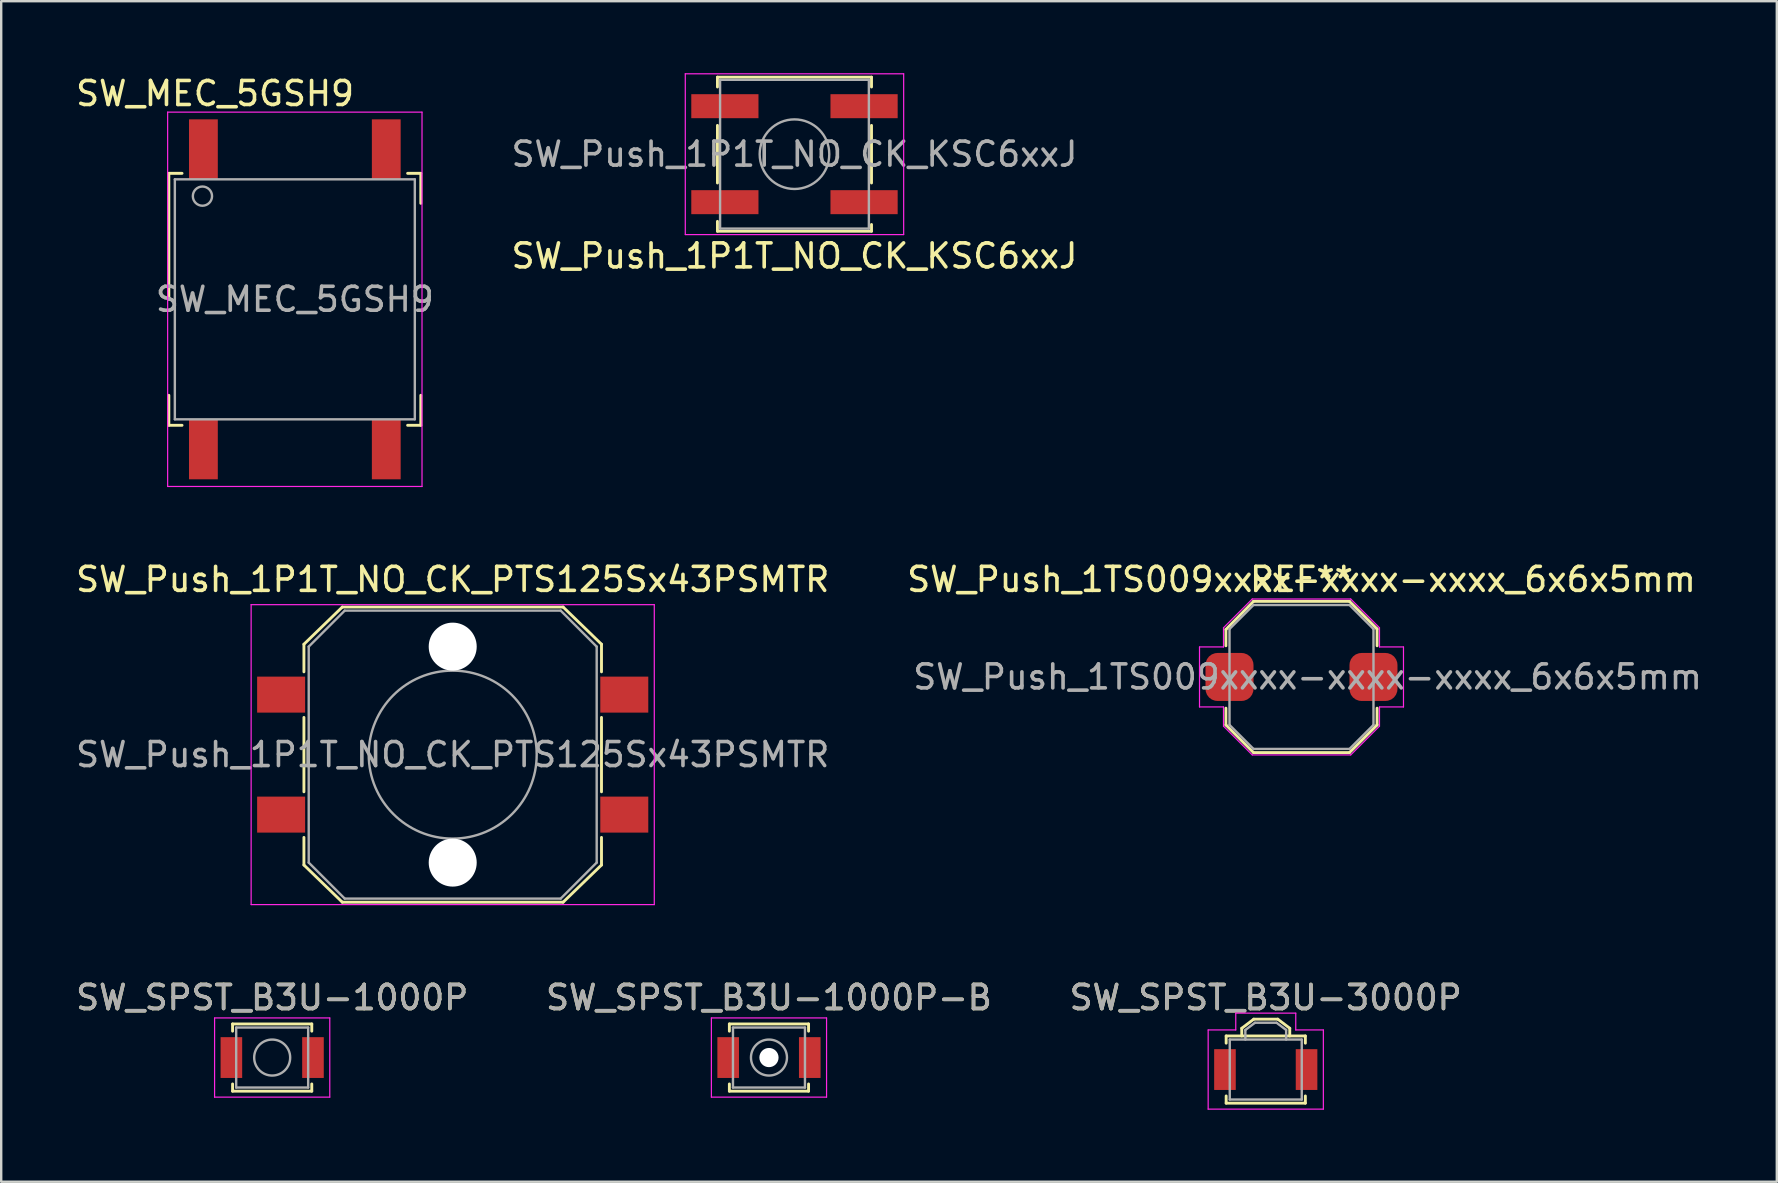
<source format=kicad_pcb>
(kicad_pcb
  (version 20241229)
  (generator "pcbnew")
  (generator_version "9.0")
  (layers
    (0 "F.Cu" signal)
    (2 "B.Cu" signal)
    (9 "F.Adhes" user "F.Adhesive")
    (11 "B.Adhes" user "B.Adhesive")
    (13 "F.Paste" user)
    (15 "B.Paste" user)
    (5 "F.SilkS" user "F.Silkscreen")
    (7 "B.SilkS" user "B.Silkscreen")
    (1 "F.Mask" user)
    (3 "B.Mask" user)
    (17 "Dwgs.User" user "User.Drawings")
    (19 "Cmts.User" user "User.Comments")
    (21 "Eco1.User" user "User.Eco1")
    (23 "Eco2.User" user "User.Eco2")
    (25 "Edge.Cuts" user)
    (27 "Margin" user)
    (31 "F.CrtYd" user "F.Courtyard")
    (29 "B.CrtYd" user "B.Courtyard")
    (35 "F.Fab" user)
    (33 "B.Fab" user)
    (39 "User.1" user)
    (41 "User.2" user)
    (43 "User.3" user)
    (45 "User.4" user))
  (footprint "SW_MEC_5GSH9"
    (layer "F.Cu")
    (at 9.236 9.423)
    (property "Reference" "SW_MEC_5GSH9" (at -3.325 -8.575 180) (layer "F.SilkS") (effects (font (size 1 1) (thickness 0.15))))
    (attr smd)
    (fp_line (start -5.25 -5.25) (end -5.25 0) (stroke (width 0.12) (type solid)) (layer "F.SilkS"))
    (fp_line (start -5.25 5.25) (end -5.25 4) (stroke (width 0.12) (type solid)) (layer "F.SilkS"))
    (fp_line (start -4.7 -5.25) (end -5.25 -5.25) (stroke (width 0.12) (type solid)) (layer "F.SilkS"))
    (fp_line (start -4.7 5.25) (end -5.25 5.25) (stroke (width 0.12) (type solid)) (layer "F.SilkS"))
    (fp_line (start 4.7 -5.25) (end 5.25 -5.25) (stroke (width 0.12) (type solid)) (layer "F.SilkS"))
    (fp_line (start 4.7 5.25) (end 5.25 5.25) (stroke (width 0.12) (type solid)) (layer "F.SilkS"))
    (fp_line (start 5.25 -5.25) (end 5.25 -4) (stroke (width 0.12) (type solid)) (layer "F.SilkS"))
    (fp_line (start 5.25 5.25) (end 5.25 4) (stroke (width 0.12) (type solid)) (layer "F.SilkS"))
    (fp_line (start -5.3 -7.8) (end 5.3 -7.8) (stroke (width 0.05) (type solid)) (layer "F.CrtYd"))
    (fp_line (start -5.3 7.8) (end -5.3 -7.8) (stroke (width 0.05) (type solid)) (layer "F.CrtYd"))
    (fp_line (start 5.3 -7.8) (end 5.3 7.8) (stroke (width 0.05) (type solid)) (layer "F.CrtYd"))
    (fp_line (start 5.3 7.8) (end -5.3 7.8) (stroke (width 0.05) (type solid)) (layer "F.CrtYd"))
    (fp_line (start -5 -5) (end 5 -5) (stroke (width 0.1) (type solid)) (layer "F.Fab"))
    (fp_line (start -5 5) (end -5 -5) (stroke (width 0.1) (type solid)) (layer "F.Fab"))
    (fp_line (start 5 -5) (end 5 5) (stroke (width 0.1) (type solid)) (layer "F.Fab"))
    (fp_line (start 5 5) (end -5 5) (stroke (width 0.1) (type solid)) (layer "F.Fab"))
    (fp_circle (center -3.85 -4.3) (end -3.85 -4.7) (stroke (width 0.1) (type solid)) (fill no) (layer "F.Fab"))
    (fp_text user "${REFERENCE}" (at 0 0 0) (layer "F.Fab") (effects (font (size 1 1) (thickness 0.15))))
    (pad "1" smd rect (at -3.81 -6.25 90) (size 2.5 1.2) (layers "F.Cu" "F.Mask" "F.Paste"))
    (pad "2" smd rect (at -3.81 6.25 90) (size 2.5 1.2) (layers "F.Cu" "F.Mask" "F.Paste"))
    (pad "3" smd rect (at 3.81 -6.25 90) (size 2.5 1.2) (layers "F.Cu" "F.Mask" "F.Paste"))
    (pad "4" smd rect (at 3.81 6.25 90) (size 2.5 1.2) (layers "F.Cu" "F.Mask" "F.Paste")))
  (footprint "SW_Push_1P1T_NO_CK_PTS125Sx43PSMTR"
    (layer "F.Cu")
    (at 15.815 28.396)
    (property "Reference" "SW_Push_1P1T_NO_CK_PTS125Sx43PSMTR" (at 0 -7.3 0) (layer "F.SilkS") (effects (font (size 1 1) (thickness 0.15))))
    (attr smd)
    (fp_line (start -6.2 -4.6) (end -4.6 -6.15) (stroke (width 0.12) (type solid)) (layer "F.SilkS"))
    (fp_line (start -6.2 -3.45) (end -6.2 -4.6) (stroke (width 0.12) (type solid)) (layer "F.SilkS"))
    (fp_line (start -6.2 -1.55) (end -6.2 1.55) (stroke (width 0.12) (type solid)) (layer "F.SilkS"))
    (fp_line (start -6.2 3.45) (end -6.2 4.6) (stroke (width 0.12) (type solid)) (layer "F.SilkS"))
    (fp_line (start -6.2 4.6) (end -4.6 6.15) (stroke (width 0.12) (type solid)) (layer "F.SilkS"))
    (fp_line (start -4.6 -6.15) (end 4.6 -6.15) (stroke (width 0.12) (type solid)) (layer "F.SilkS"))
    (fp_line (start -4.6 6.15) (end 4.6 6.15) (stroke (width 0.12) (type solid)) (layer "F.SilkS"))
    (fp_line (start 4.6 -6.15) (end 6.2 -4.6) (stroke (width 0.12) (type solid)) (layer "F.SilkS"))
    (fp_line (start 4.6 6.15) (end 6.2 4.6) (stroke (width 0.12) (type solid)) (layer "F.SilkS"))
    (fp_line (start 6.2 -3.45) (end 6.2 -4.6) (stroke (width 0.12) (type solid)) (layer "F.SilkS"))
    (fp_line (start 6.2 -1.55) (end 6.2 1.55) (stroke (width 0.12) (type solid)) (layer "F.SilkS"))
    (fp_line (start 6.2 3.45) (end 6.2 4.6) (stroke (width 0.12) (type solid)) (layer "F.SilkS"))
    (fp_line (start -8.4 -6.25) (end 8.4 -6.25) (stroke (width 0.05) (type solid)) (layer "F.CrtYd"))
    (fp_line (start -8.4 6.25) (end -8.4 -6.25) (stroke (width 0.05) (type solid)) (layer "F.CrtYd"))
    (fp_line (start 8.4 -6.25) (end 8.4 6.25) (stroke (width 0.05) (type solid)) (layer "F.CrtYd"))
    (fp_line (start 8.4 6.25) (end -8.4 6.25) (stroke (width 0.05) (type solid)) (layer "F.CrtYd"))
    (fp_line (start -6 -4.5) (end -6 4.5) (stroke (width 0.1) (type solid)) (layer "F.Fab"))
    (fp_line (start -6 -4.5) (end -4.5 -6) (stroke (width 0.1) (type solid)) (layer "F.Fab"))
    (fp_line (start -4.5 6) (end -6 4.5) (stroke (width 0.1) (type solid)) (layer "F.Fab"))
    (fp_line (start -4.5 6) (end 4.5 6) (stroke (width 0.1) (type solid)) (layer "F.Fab"))
    (fp_line (start 4.5 -6) (end -4.5 -6) (stroke (width 0.1) (type solid)) (layer "F.Fab"))
    (fp_line (start 4.5 -6) (end 6 -4.5) (stroke (width 0.1) (type solid)) (layer "F.Fab"))
    (fp_line (start 6 4.5) (end 4.5 6) (stroke (width 0.1) (type solid)) (layer "F.Fab"))
    (fp_line (start 6 4.5) (end 6 -4.5) (stroke (width 0.1) (type solid)) (layer "F.Fab"))
    (fp_circle (center 0 0) (end 3.5 0) (stroke (width 0.1) (type solid)) (fill no) (layer "F.Fab"))
    (fp_text user "${REFERENCE}" (at 0 0 0) (layer "F.Fab") (effects (font (size 1 1) (thickness 0.15))))
    (pad "" np_thru_hole circle (at 0 -4.5) (size 2 2) (drill 2) (layers "*.Cu" "*.Mask"))
    (pad "" np_thru_hole circle (at 0 4.5) (size 2 2) (drill 2) (layers "*.Cu" "*.Mask"))
    (pad "1" smd rect (at -7.15 -2.5) (size 2 1.5) (layers "F.Cu" "F.Mask" "F.Paste"))
    (pad "1" smd rect (at 7.15 -2.5) (size 2 1.5) (layers "F.Cu" "F.Mask" "F.Paste"))
    (pad "2" smd rect (at -7.15 2.5) (size 2 1.5) (layers "F.Cu" "F.Mask" "F.Paste"))
    (pad "2" smd rect (at 7.15 2.5) (size 2 1.5) (layers "F.Cu" "F.Mask" "F.Paste")))
  (footprint "SW_Push_1P1T_NO_CK_KSC6xxJ"
    (layer "F.Cu")
    (at 30.057 3.375)
    (property "Reference" "SW_Push_1P1T_NO_CK_KSC6xxJ" (at 0 4.24 0) (layer "F.SilkS") (effects (font (size 1 1) (thickness 0.15))))
    (attr smd)
    (fp_line (start -3.21 -3.21) (end -3.21 -2.8) (stroke (width 0.12) (type solid)) (layer "F.SilkS"))
    (fp_line (start -3.21 -1.2) (end -3.21 1.2) (stroke (width 0.12) (type solid)) (layer "F.SilkS"))
    (fp_line (start -3.21 2.8) (end -3.21 3.21) (stroke (width 0.12) (type solid)) (layer "F.SilkS"))
    (fp_line (start -3.21 3.21) (end 3.21 3.21) (stroke (width 0.12) (type solid)) (layer "F.SilkS"))
    (fp_line (start 3.21 -3.21) (end -3.21 -3.21) (stroke (width 0.12) (type solid)) (layer "F.SilkS"))
    (fp_line (start 3.21 -2.8) (end 3.21 -3.21) (stroke (width 0.12) (type solid)) (layer "F.SilkS"))
    (fp_line (start 3.21 1.2) (end 3.21 -1.2) (stroke (width 0.12) (type solid)) (layer "F.SilkS"))
    (fp_line (start 3.21 3.21) (end 3.21 2.93) (stroke (width 0.12) (type solid)) (layer "F.SilkS"))
    (fp_line (start -4.55 -3.35) (end 4.55 -3.35) (stroke (width 0.05) (type solid)) (layer "F.CrtYd"))
    (fp_line (start -4.55 3.35) (end -4.55 -3.35) (stroke (width 0.05) (type solid)) (layer "F.CrtYd"))
    (fp_line (start 4.55 -3.35) (end 4.55 3.35) (stroke (width 0.05) (type solid)) (layer "F.CrtYd"))
    (fp_line (start 4.55 3.35) (end -4.55 3.35) (stroke (width 0.05) (type solid)) (layer "F.CrtYd"))
    (fp_line (start -3.1 -3.1) (end 3.1 -3.1) (stroke (width 0.1) (type solid)) (layer "F.Fab"))
    (fp_line (start -3.1 3.1) (end -3.1 -3.1) (stroke (width 0.1) (type solid)) (layer "F.Fab"))
    (fp_line (start 3.1 -3.1) (end 3.1 3.1) (stroke (width 0.1) (type solid)) (layer "F.Fab"))
    (fp_line (start 3.1 3.1) (end -3.1 3.1) (stroke (width 0.1) (type solid)) (layer "F.Fab"))
    (fp_circle (center 0 0) (end 1.45 0) (stroke (width 0.1) (type solid)) (fill no) (layer "F.Fab"))
    (fp_text user "${REFERENCE}" (at 0 0 0) (layer "F.Fab") (effects (font (size 1 1) (thickness 0.15))))
    (pad "1" smd rect (at -2.9 -2) (size 2.8 1) (layers "F.Cu" "F.Mask" "F.Paste"))
    (pad "1" smd rect (at 2.9 -2) (size 2.8 1) (layers "F.Cu" "F.Mask" "F.Paste"))
    (pad "2" smd rect (at -2.9 2) (size 2.8 1) (layers "F.Cu" "F.Mask" "F.Paste"))
    (pad "2" smd rect (at 2.9 2) (size 2.8 1) (layers "F.Cu" "F.Mask" "F.Paste")))
  (footprint "SW_SPST_B3U-3000P"
    (layer "F.Cu")
    (at 49.696 41.52)
    (property "Reference" "SW_SPST_B3U-3000P" (at 0 -3 0) (layer "F.SilkS") (effects (font (size 1 1) (thickness 0.15))))
    (attr smd)
    (fp_line (start -1.65 -1.4) (end 1.65 -1.4) (stroke (width 0.12) (type solid)) (layer "F.SilkS"))
    (fp_line (start -1.65 -1.1) (end -1.65 -1.4) (stroke (width 0.12) (type solid)) (layer "F.SilkS"))
    (fp_line (start -1.65 1.1) (end -1.65 1.4) (stroke (width 0.12) (type solid)) (layer "F.SilkS"))
    (fp_line (start -1.65 1.4) (end 1.65 1.4) (stroke (width 0.12) (type solid)) (layer "F.SilkS"))
    (fp_line (start -1 -1.72) (end -1 -1.4) (stroke (width 0.12) (type solid)) (layer "F.SilkS"))
    (fp_line (start -0.5 -2.1) (end -1 -1.72) (stroke (width 0.12) (type solid)) (layer "F.SilkS"))
    (fp_line (start -0.5 -2.1) (end 0.5 -2.1) (stroke (width 0.12) (type solid)) (layer "F.SilkS"))
    (fp_line (start 0.5 -2.1) (end 1 -1.72) (stroke (width 0.12) (type solid)) (layer "F.SilkS"))
    (fp_line (start 1 -1.72) (end 1 -1.4) (stroke (width 0.12) (type solid)) (layer "F.SilkS"))
    (fp_line (start 1.65 -1.4) (end 1.65 -1.1) (stroke (width 0.12) (type solid)) (layer "F.SilkS"))
    (fp_line (start 1.65 1.4) (end 1.65 1.1) (stroke (width 0.12) (type solid)) (layer "F.SilkS"))
    (fp_line (start -2.4 -1.65) (end -2.4 1.65) (stroke (width 0.05) (type solid)) (layer "F.CrtYd"))
    (fp_line (start -2.4 1.65) (end 2.4 1.65) (stroke (width 0.05) (type solid)) (layer "F.CrtYd"))
    (fp_line (start -1.25 -2.35) (end 1.25 -2.35) (stroke (width 0.05) (type solid)) (layer "F.CrtYd"))
    (fp_line (start -1.25 -1.65) (end -2.4 -1.65) (stroke (width 0.05) (type solid)) (layer "F.CrtYd"))
    (fp_line (start -1.25 -1.65) (end -1.25 -2.35) (stroke (width 0.05) (type solid)) (layer "F.CrtYd"))
    (fp_line (start 1.25 -2.35) (end 1.25 -1.65) (stroke (width 0.05) (type solid)) (layer "F.CrtYd"))
    (fp_line (start 1.25 -1.65) (end 2.4 -1.65) (stroke (width 0.05) (type solid)) (layer "F.CrtYd"))
    (fp_line (start 2.4 1.65) (end 2.4 -1.65) (stroke (width 0.05) (type solid)) (layer "F.CrtYd"))
    (fp_line (start -1.5 -1.25) (end 1.5 -1.25) (stroke (width 0.1) (type solid)) (layer "F.Fab"))
    (fp_line (start -1.5 1.25) (end -1.5 -1.25) (stroke (width 0.1) (type solid)) (layer "F.Fab"))
    (fp_line (start -0.85 -1.65) (end -0.45 -1.95) (stroke (width 0.1) (type solid)) (layer "F.Fab"))
    (fp_line (start -0.85 -1.25) (end -0.85 -1.65) (stroke (width 0.1) (type solid)) (layer "F.Fab"))
    (fp_line (start -0.45 -1.95) (end 0.45 -1.95) (stroke (width 0.1) (type solid)) (layer "F.Fab"))
    (fp_line (start 0.45 -1.95) (end 0.85 -1.65) (stroke (width 0.1) (type solid)) (layer "F.Fab"))
    (fp_line (start 0.85 -1.65) (end 0.85 -1.25) (stroke (width 0.1) (type solid)) (layer "F.Fab"))
    (fp_line (start 1.5 -1.25) (end 1.5 1.25) (stroke (width 0.1) (type solid)) (layer "F.Fab"))
    (fp_line (start 1.5 1.25) (end -1.5 1.25) (stroke (width 0.1) (type solid)) (layer "F.Fab"))
    (fp_text user "${REFERENCE}" (at 0 -3 0) (layer "F.Fab") (effects (font (size 1 1) (thickness 0.15))))
    (pad "1" smd rect (at -1.7 0) (size 0.9 1.7) (layers "F.Cu" "F.Mask" "F.Paste"))
    (pad "2" smd rect (at 1.7 0) (size 0.9 1.7) (layers "F.Cu" "F.Mask" "F.Paste")))
  (footprint "SW_SPST_B3U-1000P"
    (layer "F.Cu")
    (at 8.292 41.02)
    (property "Reference" "SW_SPST_B3U-1000P" (at 0 -2.5 0) (layer "F.SilkS") (effects (font (size 1 1) (thickness 0.15))))
    (attr smd)
    (fp_line (start -1.65 -1.4) (end 1.65 -1.4) (stroke (width 0.12) (type solid)) (layer "F.SilkS"))
    (fp_line (start -1.65 -1.1) (end -1.65 -1.4) (stroke (width 0.12) (type solid)) (layer "F.SilkS"))
    (fp_line (start -1.65 1.1) (end -1.65 1.4) (stroke (width 0.12) (type solid)) (layer "F.SilkS"))
    (fp_line (start -1.65 1.4) (end 1.65 1.4) (stroke (width 0.12) (type solid)) (layer "F.SilkS"))
    (fp_line (start 1.65 -1.4) (end 1.65 -1.1) (stroke (width 0.12) (type solid)) (layer "F.SilkS"))
    (fp_line (start 1.65 1.4) (end 1.65 1.1) (stroke (width 0.12) (type solid)) (layer "F.SilkS"))
    (fp_line (start -2.4 -1.65) (end -2.4 1.65) (stroke (width 0.05) (type solid)) (layer "F.CrtYd"))
    (fp_line (start -2.4 1.65) (end 2.4 1.65) (stroke (width 0.05) (type solid)) (layer "F.CrtYd"))
    (fp_line (start 2.4 -1.65) (end -2.4 -1.65) (stroke (width 0.05) (type solid)) (layer "F.CrtYd"))
    (fp_line (start 2.4 1.65) (end 2.4 -1.65) (stroke (width 0.05) (type solid)) (layer "F.CrtYd"))
    (fp_line (start -1.5 -1.25) (end 1.5 -1.25) (stroke (width 0.1) (type solid)) (layer "F.Fab"))
    (fp_line (start -1.5 1.25) (end -1.5 -1.25) (stroke (width 0.1) (type solid)) (layer "F.Fab"))
    (fp_line (start 1.5 -1.25) (end 1.5 1.25) (stroke (width 0.1) (type solid)) (layer "F.Fab"))
    (fp_line (start 1.5 1.25) (end -1.5 1.25) (stroke (width 0.1) (type solid)) (layer "F.Fab"))
    (fp_circle (center 0 0) (end 0.75 0) (stroke (width 0.1) (type solid)) (fill no) (layer "F.Fab"))
    (fp_text user "${REFERENCE}" (at 0 -2.5 0) (layer "F.Fab") (effects (font (size 1 1) (thickness 0.15))))
    (pad "1" smd rect (at -1.7 0) (size 0.9 1.7) (layers "F.Cu" "F.Mask" "F.Paste"))
    (pad "2" smd rect (at 1.7 0) (size 0.9 1.7) (layers "F.Cu" "F.Mask" "F.Paste")))
  (footprint "SW_Push_1TS009xxxx-xxxx-xxxx_6x6x5mm"
    (layer "F.Cu")
    (at 51.185 25.16)
    (property "Reference" "SW_Push_1TS009xxxx-xxxx-xxxx_6x6x5mm" (at 0 -4.064 0) (layer "F.SilkS") (effects (font (size 1 1) (thickness 0.15))))
    (attr smd)
    (fp_line (start -3.15 -1.981) (end -2 -3.15) (stroke (width 0.12) (type default)) (layer "F.SilkS"))
    (fp_line (start -3.15 -1.3) (end -3.15 -1.981) (stroke (width 0.12) (type default)) (layer "F.SilkS"))
    (fp_line (start -3.15 1.3) (end -3.15 2) (stroke (width 0.12) (type default)) (layer "F.SilkS"))
    (fp_line (start -3.15 2) (end -2 3.15) (stroke (width 0.12) (type default)) (layer "F.SilkS"))
    (fp_line (start -2 -3.15) (end 2 -3.15) (stroke (width 0.12) (type default)) (layer "F.SilkS"))
    (fp_line (start -2 3.15) (end 2 3.15) (stroke (width 0.12) (type default)) (layer "F.SilkS"))
    (fp_line (start 2 -3.15) (end 3.15 -2) (stroke (width 0.12) (type default)) (layer "F.SilkS"))
    (fp_line (start 2 3.15) (end 3.15 2) (stroke (width 0.12) (type default)) (layer "F.SilkS"))
    (fp_line (start 3.15 -2) (end 3.15 -1.3) (stroke (width 0.12) (type default)) (layer "F.SilkS"))
    (fp_line (start 3.15 2) (end 3.15 1.3) (stroke (width 0.12) (type default)) (layer "F.SilkS"))
    (fp_line (start -4.25 -1.25) (end -4.25 1.25) (stroke (width 0.05) (type default)) (layer "F.CrtYd"))
    (fp_line (start -4.25 1.25) (end -3.25 1.25) (stroke (width 0.05) (type default)) (layer "F.CrtYd"))
    (fp_line (start -3.25 -2.05) (end -3.25 -1.25) (stroke (width 0.05) (type default)) (layer "F.CrtYd"))
    (fp_line (start -3.25 -1.25) (end -4.25 -1.25) (stroke (width 0.05) (type default)) (layer "F.CrtYd"))
    (fp_line (start -3.25 1.25) (end -3.25 2.05) (stroke (width 0.05) (type default)) (layer "F.CrtYd"))
    (fp_line (start -3.25 2.05) (end -2.05 3.25) (stroke (width 0.05) (type default)) (layer "F.CrtYd"))
    (fp_line (start -2.05 -3.25) (end -3.25 -2.05) (stroke (width 0.05) (type default)) (layer "F.CrtYd"))
    (fp_line (start -2.05 3.25) (end 2.05 3.25) (stroke (width 0.05) (type default)) (layer "F.CrtYd"))
    (fp_line (start 2.05 -3.25) (end -2.05 -3.25) (stroke (width 0.05) (type default)) (layer "F.CrtYd"))
    (fp_line (start 2.05 3.25) (end 3.25 2.05) (stroke (width 0.05) (type default)) (layer "F.CrtYd"))
    (fp_line (start 3.25 -2.05) (end 2.05 -3.25) (stroke (width 0.05) (type default)) (layer "F.CrtYd"))
    (fp_line (start 3.25 -1.25) (end 3.25 -2.05) (stroke (width 0.05) (type default)) (layer "F.CrtYd"))
    (fp_line (start 3.25 1.25) (end 4.25 1.25) (stroke (width 0.05) (type default)) (layer "F.CrtYd"))
    (fp_line (start 3.25 2.05) (end 3.25 1.25) (stroke (width 0.05) (type default)) (layer "F.CrtYd"))
    (fp_line (start 4.25 -1.25) (end 3.25 -1.25) (stroke (width 0.05) (type default)) (layer "F.CrtYd"))
    (fp_line (start 4.25 1.25) (end 4.25 -1.25) (stroke (width 0.05) (type default)) (layer "F.CrtYd"))
    (fp_line (start -3 -2) (end -2 -3) (stroke (width 0.1) (type default)) (layer "F.Fab"))
    (fp_line (start -3 2) (end -3 -2) (stroke (width 0.1) (type default)) (layer "F.Fab"))
    (fp_line (start -2 -3) (end 2 -3) (stroke (width 0.1) (type default)) (layer "F.Fab"))
    (fp_line (start -2 3) (end -3 2) (stroke (width 0.1) (type default)) (layer "F.Fab"))
    (fp_line (start 2 -3) (end 3 -2) (stroke (width 0.1) (type default)) (layer "F.Fab"))
    (fp_line (start 2 3) (end -2 3) (stroke (width 0.1) (type default)) (layer "F.Fab"))
    (fp_line (start 3 -2) (end 3 2) (stroke (width 0.1) (type default)) (layer "F.Fab"))
    (fp_line (start 3 2) (end 2 3) (stroke (width 0.1) (type default)) (layer "F.Fab"))
    (fp_text user "REF**" (at 0 -4.064 0) (layer "F.SilkS") (effects (font (size 1 1) (thickness 0.15))))
    (fp_text user "${REFERENCE}" (at 0.254 0 0) (layer "F.Fab") (effects (font (size 1 1) (thickness 0.15))))
    (pad "1" smd roundrect (at -3 0) (size 2 2) (layers "F.Cu" "F.Mask" "F.Paste") (roundrect_rratio 0.25))
    (pad "2" smd roundrect (at 3 0) (size 2 2) (layers "F.Cu" "F.Mask" "F.Paste") (roundrect_rratio 0.25)))
  (footprint "SW_SPST_B3U-1000P-B"
    (layer "F.Cu")
    (at 28.994 41.02)
    (property "Reference" "SW_SPST_B3U-1000P-B" (at 0 -2.5 0) (layer "F.SilkS") (effects (font (size 1 1) (thickness 0.15))))
    (attr smd)
    (fp_line (start -1.65 -1.4) (end 1.65 -1.4) (stroke (width 0.12) (type solid)) (layer "F.SilkS"))
    (fp_line (start -1.65 -1.1) (end -1.65 -1.4) (stroke (width 0.12) (type solid)) (layer "F.SilkS"))
    (fp_line (start -1.65 1.1) (end -1.65 1.4) (stroke (width 0.12) (type solid)) (layer "F.SilkS"))
    (fp_line (start -1.65 1.4) (end 1.65 1.4) (stroke (width 0.12) (type solid)) (layer "F.SilkS"))
    (fp_line (start 1.65 -1.4) (end 1.65 -1.1) (stroke (width 0.12) (type solid)) (layer "F.SilkS"))
    (fp_line (start 1.65 1.4) (end 1.65 1.1) (stroke (width 0.12) (type solid)) (layer "F.SilkS"))
    (fp_line (start -2.4 -1.65) (end -2.4 1.65) (stroke (width 0.05) (type solid)) (layer "F.CrtYd"))
    (fp_line (start -2.4 1.65) (end 2.4 1.65) (stroke (width 0.05) (type solid)) (layer "F.CrtYd"))
    (fp_line (start 2.4 -1.65) (end -2.4 -1.65) (stroke (width 0.05) (type solid)) (layer "F.CrtYd"))
    (fp_line (start 2.4 1.65) (end 2.4 -1.65) (stroke (width 0.05) (type solid)) (layer "F.CrtYd"))
    (fp_line (start -1.5 -1.25) (end 1.5 -1.25) (stroke (width 0.1) (type solid)) (layer "F.Fab"))
    (fp_line (start -1.5 1.25) (end -1.5 -1.25) (stroke (width 0.1) (type solid)) (layer "F.Fab"))
    (fp_line (start 1.5 -1.25) (end 1.5 1.25) (stroke (width 0.1) (type solid)) (layer "F.Fab"))
    (fp_line (start 1.5 1.25) (end -1.5 1.25) (stroke (width 0.1) (type solid)) (layer "F.Fab"))
    (fp_circle (center 0 0) (end 0.75 0) (stroke (width 0.1) (type solid)) (fill no) (layer "F.Fab"))
    (fp_text user "${REFERENCE}" (at 0 -2.5 0) (layer "F.Fab") (effects (font (size 1 1) (thickness 0.15))))
    (pad "" np_thru_hole circle (at 0 0) (size 0.8 0.8) (drill 0.8) (layers "*.Cu" "*.Mask"))
    (pad "1" smd rect (at -1.7 0) (size 0.9 1.7) (layers "F.Cu" "F.Mask" "F.Paste"))
    (pad "2" smd rect (at 1.7 0) (size 0.9 1.7) (layers "F.Cu" "F.Mask" "F.Paste")))
  (gr_rect
    (start -3 -3)
    (end 70.992 46.195)
    (stroke (width 0.1) (type default))
    (fill no)
    (layer "Edge.Cuts")))
</source>
